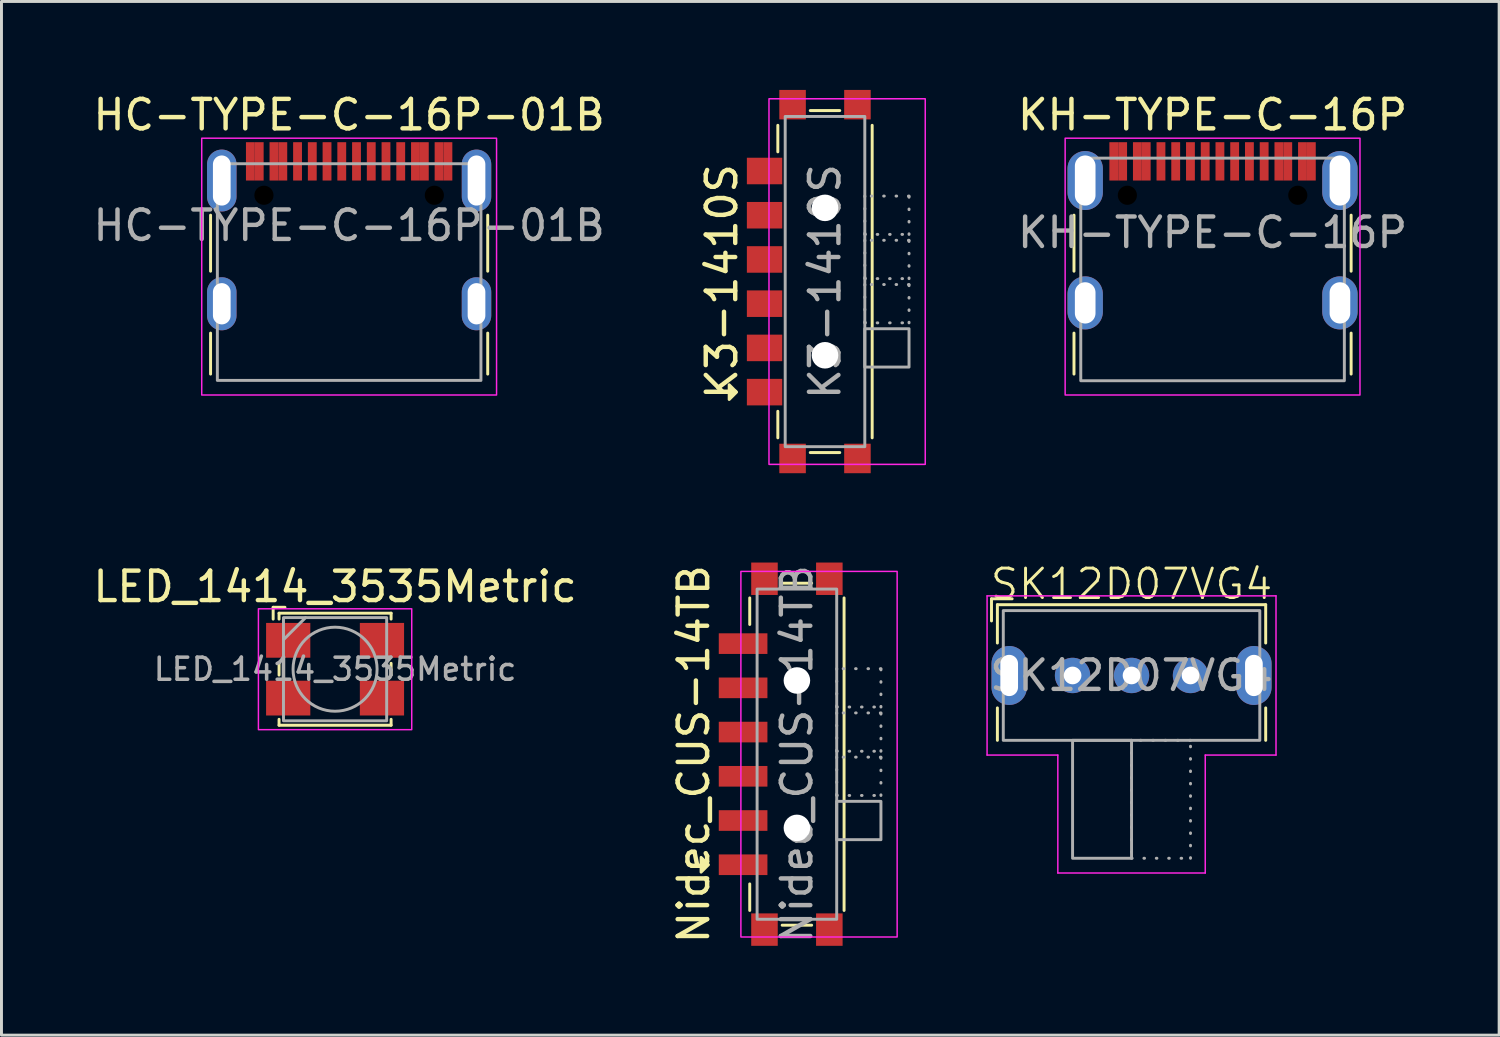
<source format=kicad_pcb>
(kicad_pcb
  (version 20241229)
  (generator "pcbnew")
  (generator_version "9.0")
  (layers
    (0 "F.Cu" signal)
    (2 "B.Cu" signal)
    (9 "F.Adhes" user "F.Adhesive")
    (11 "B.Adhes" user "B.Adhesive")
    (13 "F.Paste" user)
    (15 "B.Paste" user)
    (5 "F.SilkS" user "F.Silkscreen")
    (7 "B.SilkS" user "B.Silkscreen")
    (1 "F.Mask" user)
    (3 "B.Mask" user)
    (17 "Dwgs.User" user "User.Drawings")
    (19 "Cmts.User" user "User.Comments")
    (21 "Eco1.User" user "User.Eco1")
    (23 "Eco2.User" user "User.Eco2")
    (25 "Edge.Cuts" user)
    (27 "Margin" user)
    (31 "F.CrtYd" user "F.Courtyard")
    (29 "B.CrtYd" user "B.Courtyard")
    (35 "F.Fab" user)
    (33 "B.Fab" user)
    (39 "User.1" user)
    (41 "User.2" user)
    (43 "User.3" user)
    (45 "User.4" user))
  (footprint "HC-TYPE-C-16P-01B"
    (layer "F.Cu")
    (at 8.792 4.599)
    (property "Reference" "HC-TYPE-C-16P-01B" (at 0 -3.751 0) (unlocked yes) (layer "F.SilkS") (effects (font (size 1 1) (thickness 0.15))))
    (attr smd)
    (fp_line (start -4.7 1.549) (end -4.7 -0.351) (stroke (width 0.1) (type default)) (layer "F.SilkS"))
    (fp_line (start -4.7 5.039) (end -4.7 3.649) (stroke (width 0.1) (type default)) (layer "F.SilkS"))
    (fp_line (start 4.7 1.549) (end 4.7 -0.351) (stroke (width 0.1) (type default)) (layer "F.SilkS"))
    (fp_line (start 4.7 5.039) (end 4.7 3.649) (stroke (width 0.1) (type default)) (layer "F.SilkS"))
    (fp_rect (start -5 -2.961) (end 5 5.749) (stroke (width 0.05) (type default)) (fill no) (layer "F.CrtYd"))
    (fp_rect (start -4.47 -2.096) (end 4.47 5.254) (stroke (width 0.1) (type default)) (fill no) (layer "F.Fab"))
    (fp_text user "${REFERENCE}" (at 0 0 0) (unlocked yes) (layer "F.Fab") (effects (font (size 1 1) (thickness 0.15))))
    (pad "" np_thru_hole circle (at -2.89 -1.026) (size 0.65 0.65) (drill 0.65) (layers "*.Mask"))
    (pad "" np_thru_hole circle (at 2.89 -1.026) (size 0.65 0.65) (drill 0.65) (layers "*.Mask"))
    (pad "A1" smd rect (at -3.35 -2.176) (size 0.3 1.3) (layers "F.Cu" "F.Mask" "F.Paste"))
    (pad "A4" smd rect (at -2.55 -2.176) (size 0.3 1.3) (layers "F.Cu" "F.Mask" "F.Paste"))
    (pad "A5" smd rect (at -1.25 -2.176) (size 0.3 1.3) (layers "F.Cu" "F.Mask" "F.Paste"))
    (pad "A6" smd rect (at -0.25 -2.176) (size 0.3 1.3) (layers "F.Cu" "F.Mask" "F.Paste"))
    (pad "A7" smd rect (at 0.25 -2.176) (size 0.3 1.3) (layers "F.Cu" "F.Mask" "F.Paste"))
    (pad "A8" smd rect (at 1.25 -2.176) (size 0.3 1.3) (layers "F.Cu" "F.Mask" "F.Paste"))
    (pad "A9" smd rect (at 2.55 -2.176) (size 0.3 1.3) (layers "F.Cu" "F.Mask" "F.Paste"))
    (pad "A12" smd rect (at 3.35 -2.176) (size 0.3 1.3) (layers "F.Cu" "F.Mask" "F.Paste"))
    (pad "B1" smd rect (at 3.05 -2.176) (size 0.3 1.3) (layers "F.Cu" "F.Mask" "F.Paste"))
    (pad "B4" smd rect (at 2.25 -2.176) (size 0.3 1.3) (layers "F.Cu" "F.Mask" "F.Paste"))
    (pad "B5" smd rect (at 1.75 -2.176) (size 0.3 1.3) (layers "F.Cu" "F.Mask" "F.Paste"))
    (pad "B6" smd rect (at 0.75 -2.176) (size 0.3 1.3) (layers "F.Cu" "F.Mask" "F.Paste"))
    (pad "B7" smd rect (at -0.75 -2.176) (size 0.3 1.3) (layers "F.Cu" "F.Mask" "F.Paste"))
    (pad "B8" smd rect (at -1.75 -2.176) (size 0.3 1.3) (layers "F.Cu" "F.Mask" "F.Paste"))
    (pad "B9" smd rect (at -2.25 -2.176) (size 0.3 1.3) (layers "F.Cu" "F.Mask" "F.Paste"))
    (pad "B12" smd rect (at -3.05 -2.176) (size 0.3 1.3) (layers "F.Cu" "F.Mask" "F.Paste"))
    (pad "S1" thru_hole oval (at -4.32 -1.526) (size 1 2.1) (drill oval 0.6 1.7) (layers "*.Cu" "*.Mask"))
    (pad "S1" thru_hole oval (at -4.32 2.654) (size 1 1.8) (drill oval 0.6 1.4) (layers "*.Cu" "*.Mask"))
    (pad "S1" thru_hole oval (at 4.32 -1.526) (size 1 2.1) (drill oval 0.6 1.7) (layers "*.Cu" "*.Mask"))
    (pad "S1" thru_hole oval (at 4.32 2.654) (size 1 1.8) (drill oval 0.6 1.4) (layers "*.Cu" "*.Mask")))
  (footprint "Nidec_CUS-14TB"
    (layer "F.Cu")
    (at 23.538 22.53)
    (property "Reference" "Nidec_CUS-14TB" (at -3.059 0 90) (unlocked yes) (layer "F.SilkS") (effects (font (size 1 1) (thickness 0.15))))
    (attr smd)
    (fp_line (start -1.159 -4.4) (end -1.159 -5.3) (stroke (width 0.1) (type default)) (layer "F.SilkS"))
    (fp_line (start -1.159 5.3) (end -1.159 4.4) (stroke (width 0.1) (type default)) (layer "F.SilkS"))
    (fp_line (start 0.941 -5.8) (end -0.059 -5.8) (stroke (width 0.1) (type default)) (layer "F.SilkS"))
    (fp_line (start 0.941 5.8) (end -0.059 5.8) (stroke (width 0.1) (type default)) (layer "F.SilkS"))
    (fp_line (start 2.041 5.3) (end 2.041 -5.3) (stroke (width 0.1) (type default)) (layer "F.SilkS"))
    (fp_poly (pts (xy -2.559 3.75) (xy -2.809 3.5) (xy -2.809 4)) (stroke (width 0.1) (type solid)) (fill yes) (layer "F.SilkS"))
    (fp_rect (start -1.459 6.2) (end 3.841 -6.2) (stroke (width 0.05) (type default)) (fill no) (layer "F.CrtYd"))
    (fp_rect (start -0.909 5.6) (end 1.791 -5.6) (stroke (width 0.1) (type default)) (fill no) (layer "F.Fab"))
    (fp_rect (start 1.791 -1.6) (end 3.291 -2.9) (stroke (width 0.1) (type dot)) (fill no) (layer "F.Fab"))
    (fp_rect (start 1.791 -0.1) (end 3.291 -1.4) (stroke (width 0.1) (type dot)) (fill no) (layer "F.Fab"))
    (fp_rect (start 1.791 1.4) (end 3.291 0.1) (stroke (width 0.1) (type dot)) (fill no) (layer "F.Fab"))
    (fp_rect (start 1.791 2.9) (end 3.291 1.6) (stroke (width 0.1) (type default)) (fill no) (layer "F.Fab"))
    (fp_text user "${REFERENCE}" (at 0.441 0 90) (unlocked yes) (layer "F.Fab") (effects (font (size 1 1) (thickness 0.15))))
    (pad "" np_thru_hole circle (at 0.441 -2.5 90) (size 0.9 0.9) (drill 0.9) (layers "*.Cu" "*.Mask"))
    (pad "" np_thru_hole circle (at 0.441 2.5 90) (size 0.9 0.9) (drill 0.9) (layers "*.Cu" "*.Mask"))
    (pad "1" smd rect (at -1.384 3.75 90) (size 0.7 1.65) (layers "F.Cu" "F.Mask" "F.Paste"))
    (pad "2" smd rect (at -1.384 2.25 90) (size 0.7 1.65) (layers "F.Cu" "F.Mask" "F.Paste"))
    (pad "3" smd rect (at -1.384 0.75 90) (size 0.7 1.65) (layers "F.Cu" "F.Mask" "F.Paste"))
    (pad "4" smd rect (at -1.384 -0.75 90) (size 0.7 1.65) (layers "F.Cu" "F.Mask" "F.Paste"))
    (pad "5" smd rect (at -1.384 -2.25 90) (size 0.7 1.65) (layers "F.Cu" "F.Mask" "F.Paste"))
    (pad "6" smd rect (at -1.384 -3.75 90) (size 0.7 1.65) (layers "F.Cu" "F.Mask" "F.Paste"))
    (pad "7" smd rect (at -0.659 -5.95 90) (size 1.1 0.9) (layers "F.Cu" "F.Mask" "F.Paste"))
    (pad "7" smd rect (at -0.659 5.95 90) (size 1.1 0.9) (layers "F.Cu" "F.Mask" "F.Paste"))
    (pad "7" smd rect (at 1.541 -5.95 90) (size 1.1 0.9) (layers "F.Cu" "F.Mask" "F.Paste"))
    (pad "7" smd rect (at 1.541 5.95 90) (size 1.1 0.9) (layers "F.Cu" "F.Mask" "F.Paste")))
  (footprint "LED_1414_3535Metric"
    (layer "F.Cu")
    (at 8.315 19.648)
    (property "Reference" "LED_1414_3535Metric" (at 0 -2.8 0) (unlocked yes) (layer "F.SilkS") (effects (font (size 1 1) (thickness 0.15))))
    (attr smd)
    (fp_line (start -2.1 -2.1) (end -1.7 -2.1) (stroke (width 0.1) (type default)) (layer "F.SilkS"))
    (fp_line (start -2.1 -1.7) (end -2.1 -2.1) (stroke (width 0.1) (type default)) (layer "F.SilkS"))
    (fp_line (start -1.9 -1.9) (end 1.9 -1.9) (stroke (width 0.1) (type default)) (layer "F.SilkS"))
    (fp_line (start -1.9 -1.7) (end -1.9 -1.9) (stroke (width 0.1) (type default)) (layer "F.SilkS"))
    (fp_line (start -1.9 -0.2) (end -1.9 0.2) (stroke (width 0.1) (type default)) (layer "F.SilkS"))
    (fp_line (start -1.9 1.7) (end -1.9 1.9) (stroke (width 0.1) (type default)) (layer "F.SilkS"))
    (fp_line (start -1.9 1.9) (end 1.9 1.9) (stroke (width 0.1) (type default)) (layer "F.SilkS"))
    (fp_line (start 1.9 -1.9) (end 1.9 -1.7) (stroke (width 0.1) (type default)) (layer "F.SilkS"))
    (fp_line (start 1.9 -0.2) (end 1.9 0.2) (stroke (width 0.1) (type default)) (layer "F.SilkS"))
    (fp_line (start 1.9 1.9) (end 1.9 1.7) (stroke (width 0.1) (type default)) (layer "F.SilkS"))
    (fp_rect (start -2.6 -2.05) (end 2.6 2.05) (stroke (width 0.05) (type default)) (fill no) (layer "F.CrtYd"))
    (fp_line (start -1.75 -1) (end -1 -1.75) (stroke (width 0.1) (type default)) (layer "F.Fab"))
    (fp_rect (start -1.75 -1.75) (end 1.75 1.75) (stroke (width 0.1) (type default)) (fill no) (layer "F.Fab"))
    (fp_circle (center 0 0) (end 1.425 0) (stroke (width 0.1) (type default)) (fill no) (layer "F.Fab"))
    (fp_text user "${REFERENCE}" (at 0 0 0) (unlocked yes) (layer "F.Fab") (effects (font (size 0.75 0.75) (thickness 0.12))))
    (pad "1" smd rect (at -1.59 -0.98) (size 1.5 1.18) (layers "F.Cu" "F.Mask" "F.Paste"))
    (pad "2" smd rect (at -1.59 0.98) (size 1.5 1.18) (layers "F.Cu" "F.Mask" "F.Paste"))
    (pad "3" smd rect (at 1.59 0.98) (size 1.5 1.18) (layers "F.Cu" "F.Mask" "F.Paste"))
    (pad "4" smd rect (at 1.59 -0.98) (size 1.5 1.18) (layers "F.Cu" "F.Mask" "F.Paste")))
  (footprint "K3-1410S"
    (layer "F.Cu")
    (at 24.491 6.5)
    (property "Reference" "K3-1410S" (at -3.059 0 90) (unlocked yes) (layer "F.SilkS") (effects (font (size 1 1) (thickness 0.15))))
    (attr smd)
    (fp_line (start -1.159 -4.4) (end -1.159 -5.3) (stroke (width 0.1) (type default)) (layer "F.SilkS"))
    (fp_line (start -1.159 5.3) (end -1.159 4.4) (stroke (width 0.1) (type default)) (layer "F.SilkS"))
    (fp_line (start 0.941 -5.8) (end -0.059 -5.8) (stroke (width 0.1) (type default)) (layer "F.SilkS"))
    (fp_line (start 0.941 5.8) (end -0.059 5.8) (stroke (width 0.1) (type default)) (layer "F.SilkS"))
    (fp_line (start 2.041 5.3) (end 2.041 -5.3) (stroke (width 0.1) (type default)) (layer "F.SilkS"))
    (fp_poly (pts (xy -2.559 3.75) (xy -2.809 3.5) (xy -2.809 4)) (stroke (width 0.1) (type solid)) (fill yes) (layer "F.SilkS"))
    (fp_rect (start -1.459 6.2) (end 3.841 -6.2) (stroke (width 0.05) (type default)) (fill no) (layer "F.CrtYd"))
    (fp_rect (start -0.909 5.6) (end 1.791 -5.6) (stroke (width 0.1) (type default)) (fill no) (layer "F.Fab"))
    (fp_rect (start 1.791 -1.6) (end 3.291 -2.9) (stroke (width 0.1) (type dot)) (fill no) (layer "F.Fab"))
    (fp_rect (start 1.791 -0.1) (end 3.291 -1.4) (stroke (width 0.1) (type dot)) (fill no) (layer "F.Fab"))
    (fp_rect (start 1.791 1.4) (end 3.291 0.1) (stroke (width 0.1) (type dot)) (fill no) (layer "F.Fab"))
    (fp_rect (start 1.791 2.9) (end 3.291 1.6) (stroke (width 0.1) (type default)) (fill no) (layer "F.Fab"))
    (fp_text user "${REFERENCE}" (at 0.441 0 90) (unlocked yes) (layer "F.Fab") (effects (font (size 1 1) (thickness 0.15))))
    (pad "" np_thru_hole circle (at 0.441 -2.5 90) (size 0.9 0.9) (drill 0.9) (layers "*.Cu" "*.Mask"))
    (pad "" np_thru_hole circle (at 0.441 2.5 90) (size 0.9 0.9) (drill 0.9) (layers "*.Cu" "*.Mask"))
    (pad "1" smd rect (at -1.609 3.75 90) (size 0.9 1.2) (layers "F.Cu" "F.Mask" "F.Paste"))
    (pad "2" smd rect (at -1.609 2.25 90) (size 0.9 1.2) (layers "F.Cu" "F.Mask" "F.Paste"))
    (pad "3" smd rect (at -1.609 0.75 90) (size 0.9 1.2) (layers "F.Cu" "F.Mask" "F.Paste"))
    (pad "4" smd rect (at -1.609 -0.75 90) (size 0.9 1.2) (layers "F.Cu" "F.Mask" "F.Paste"))
    (pad "5" smd rect (at -1.609 -2.25 90) (size 0.9 1.2) (layers "F.Cu" "F.Mask" "F.Paste"))
    (pad "6" smd rect (at -1.609 -3.75 90) (size 0.9 1.2) (layers "F.Cu" "F.Mask" "F.Paste"))
    (pad "7" smd rect (at -0.659 -6 90) (size 1 0.9) (layers "F.Cu" "F.Mask" "F.Paste"))
    (pad "7" smd rect (at -0.659 6 90) (size 1 0.9) (layers "F.Cu" "F.Mask" "F.Paste"))
    (pad "7" smd rect (at 1.541 -6 90) (size 1 0.9) (layers "F.Cu" "F.Mask" "F.Paste"))
    (pad "7" smd rect (at 1.541 6 90) (size 1 0.9) (layers "F.Cu" "F.Mask" "F.Paste")))
  (footprint "KH-TYPE-C-16P"
    (layer "F.Cu")
    (at 38.077 4.838)
    (property "Reference" "KH-TYPE-C-16P" (at 0 -3.99 0) (unlocked yes) (layer "F.SilkS") (effects (font (size 1 1) (thickness 0.15))))
    (attr smd)
    (fp_line (start -4.7 1.31) (end -4.7 -0.59) (stroke (width 0.1) (type default)) (layer "F.SilkS"))
    (fp_line (start -4.7 4.8) (end -4.7 3.41) (stroke (width 0.1) (type default)) (layer "F.SilkS"))
    (fp_line (start 4.7 1.31) (end 4.7 -0.59) (stroke (width 0.1) (type default)) (layer "F.SilkS"))
    (fp_line (start 4.7 4.8) (end 4.7 3.41) (stroke (width 0.1) (type default)) (layer "F.SilkS"))
    (fp_rect (start -5 -3.2) (end 5 5.51) (stroke (width 0.05) (type default)) (fill no) (layer "F.CrtYd"))
    (fp_rect (start -4.47 -2.525) (end 4.47 5.025) (stroke (width 0.1) (type default)) (fill no) (layer "F.Fab"))
    (fp_text user "${REFERENCE}" (at 0 0 0) (unlocked yes) (layer "F.Fab") (effects (font (size 1 1) (thickness 0.15))))
    (pad "" np_thru_hole circle (at -2.89 -1.265) (size 0.65 0.65) (drill 0.65) (layers "*.Mask"))
    (pad "" np_thru_hole circle (at 2.89 -1.265) (size 0.65 0.65) (drill 0.65) (layers "*.Mask"))
    (pad "A1" smd rect (at -3.35 -2.415) (size 0.3 1.3) (layers "F.Cu" "F.Mask" "F.Paste"))
    (pad "A4" smd rect (at -2.55 -2.415) (size 0.3 1.3) (layers "F.Cu" "F.Mask" "F.Paste"))
    (pad "A5" smd rect (at -1.25 -2.415) (size 0.3 1.3) (layers "F.Cu" "F.Mask" "F.Paste"))
    (pad "A6" smd rect (at -0.25 -2.415) (size 0.3 1.3) (layers "F.Cu" "F.Mask" "F.Paste"))
    (pad "A7" smd rect (at 0.25 -2.415) (size 0.3 1.3) (layers "F.Cu" "F.Mask" "F.Paste"))
    (pad "A8" smd rect (at 1.25 -2.415) (size 0.3 1.3) (layers "F.Cu" "F.Mask" "F.Paste"))
    (pad "A9" smd rect (at 2.55 -2.415) (size 0.3 1.3) (layers "F.Cu" "F.Mask" "F.Paste"))
    (pad "A12" smd rect (at 3.35 -2.415) (size 0.3 1.3) (layers "F.Cu" "F.Mask" "F.Paste"))
    (pad "B1" smd rect (at 3.05 -2.415) (size 0.3 1.3) (layers "F.Cu" "F.Mask" "F.Paste"))
    (pad "B4" smd rect (at 2.25 -2.415) (size 0.3 1.3) (layers "F.Cu" "F.Mask" "F.Paste"))
    (pad "B5" smd rect (at 1.75 -2.415) (size 0.3 1.3) (layers "F.Cu" "F.Mask" "F.Paste"))
    (pad "B6" smd rect (at 0.75 -2.415) (size 0.3 1.3) (layers "F.Cu" "F.Mask" "F.Paste"))
    (pad "B7" smd rect (at -0.75 -2.415) (size 0.3 1.3) (layers "F.Cu" "F.Mask" "F.Paste"))
    (pad "B8" smd rect (at -1.75 -2.415) (size 0.3 1.3) (layers "F.Cu" "F.Mask" "F.Paste"))
    (pad "B9" smd rect (at -2.25 -2.415) (size 0.3 1.3) (layers "F.Cu" "F.Mask" "F.Paste"))
    (pad "B12" smd rect (at -3.05 -2.415) (size 0.3 1.3) (layers "F.Cu" "F.Mask" "F.Paste"))
    (pad "S1" thru_hole oval (at -4.32 -1.765) (size 1.2 2) (drill oval 0.7 1.7) (layers "*.Cu" "*.Mask"))
    (pad "S1" thru_hole oval (at -4.32 2.385) (size 1.2 1.8) (drill oval 0.7 1.4) (layers "*.Cu" "*.Mask"))
    (pad "S1" thru_hole oval (at 4.32 -1.765) (size 1.2 2) (drill oval 0.7 1.7) (layers "*.Cu" "*.Mask"))
    (pad "S1" thru_hole oval (at 4.32 2.385) (size 1.2 1.8) (drill oval 0.7 1.4) (layers "*.Cu" "*.Mask")))
  (footprint "SK12D07VG4"
    (layer "F.Cu")
    (at 35.329 19.86)
    (property "Reference" "SK12D07VG4" (at 0 -3.1 0) (unlocked yes) (layer "F.SilkS") (effects (font (size 1 1) (thickness 0.1))))
    (attr through_hole)
    (fp_line (start -4.75 -2.6) (end -4.05 -2.6) (stroke (width 0.1) (type default)) (layer "F.SilkS"))
    (fp_line (start -4.75 -1.85) (end -4.75 -2.6) (stroke (width 0.1) (type default)) (layer "F.SilkS"))
    (fp_line (start -4.55 -2.4) (end -4.55 -1.1) (stroke (width 0.1) (type default)) (layer "F.SilkS"))
    (fp_line (start -4.55 1.1) (end -4.55 2.2) (stroke (width 0.1) (type default)) (layer "F.SilkS"))
    (fp_line (start 4.55 -2.4) (end -4.55 -2.4) (stroke (width 0.1) (type default)) (layer "F.SilkS"))
    (fp_line (start 4.55 -1.1) (end 4.55 -2.4) (stroke (width 0.1) (type default)) (layer "F.SilkS"))
    (fp_line (start 4.55 1.1) (end 4.55 2.2) (stroke (width 0.1) (type default)) (layer "F.SilkS"))
    (fp_line (start -4.9 -2.7) (end 4.9 -2.7) (stroke (width 0.05) (type default)) (layer "F.CrtYd"))
    (fp_line (start -4.9 2.7) (end -4.9 -2.7) (stroke (width 0.05) (type default)) (layer "F.CrtYd"))
    (fp_line (start -4.9 2.7) (end -2.5 2.7) (stroke (width 0.05) (type default)) (layer "F.CrtYd"))
    (fp_line (start -2.5 2.7) (end -2.5 6.7) (stroke (width 0.05) (type default)) (layer "F.CrtYd"))
    (fp_line (start -2.5 6.7) (end 2.5 6.7) (stroke (width 0.05) (type default)) (layer "F.CrtYd"))
    (fp_line (start 2.5 2.7) (end 4.9 2.7) (stroke (width 0.05) (type default)) (layer "F.CrtYd"))
    (fp_line (start 2.5 6.7) (end 2.5 2.7) (stroke (width 0.05) (type default)) (layer "F.CrtYd"))
    (fp_line (start 4.9 -2.7) (end 4.9 2.7) (stroke (width 0.05) (type default)) (layer "F.CrtYd"))
    (fp_rect (start -4.35 2.2) (end 4.35 -2.2) (stroke (width 0.1) (type default)) (fill no) (layer "F.Fab"))
    (fp_rect (start -2 6.2) (end 0 2.2) (stroke (width 0.1) (type solid)) (fill no) (layer "F.Fab"))
    (fp_rect (start 0 6.2) (end 2 2.2) (stroke (width 0.1) (type dot)) (fill no) (layer "F.Fab"))
    (fp_text user "${REFERENCE}" (at 0 0 0) (unlocked yes) (layer "F.Fab") (effects (font (size 1 1) (thickness 0.15))))
    (pad "1" thru_hole circle (at -2 0) (size 1.2 1.2) (drill 0.6) (layers "*.Cu" "*.Mask"))
    (pad "2" thru_hole circle (at 0 0) (size 1.2 1.2) (drill 0.6) (layers "*.Cu" "*.Mask"))
    (pad "3" thru_hole circle (at 2 0) (size 1.2 1.2) (drill 0.6) (layers "*.Cu" "*.Mask"))
    (pad "MH" thru_hole oval (at -4.15 0) (size 1.2 2) (drill oval 0.6 1.4) (layers "*.Cu" "*.Mask"))
    (pad "MH" thru_hole oval (at 4.15 0) (size 1.2 2) (drill oval 0.6 1.4) (layers "*.Cu" "*.Mask")))
  (gr_rect
    (start -3 -3)
    (end 47.797 32.06)
    (stroke (width 0.1) (type default))
    (fill no)
    (layer "Edge.Cuts")))
</source>
